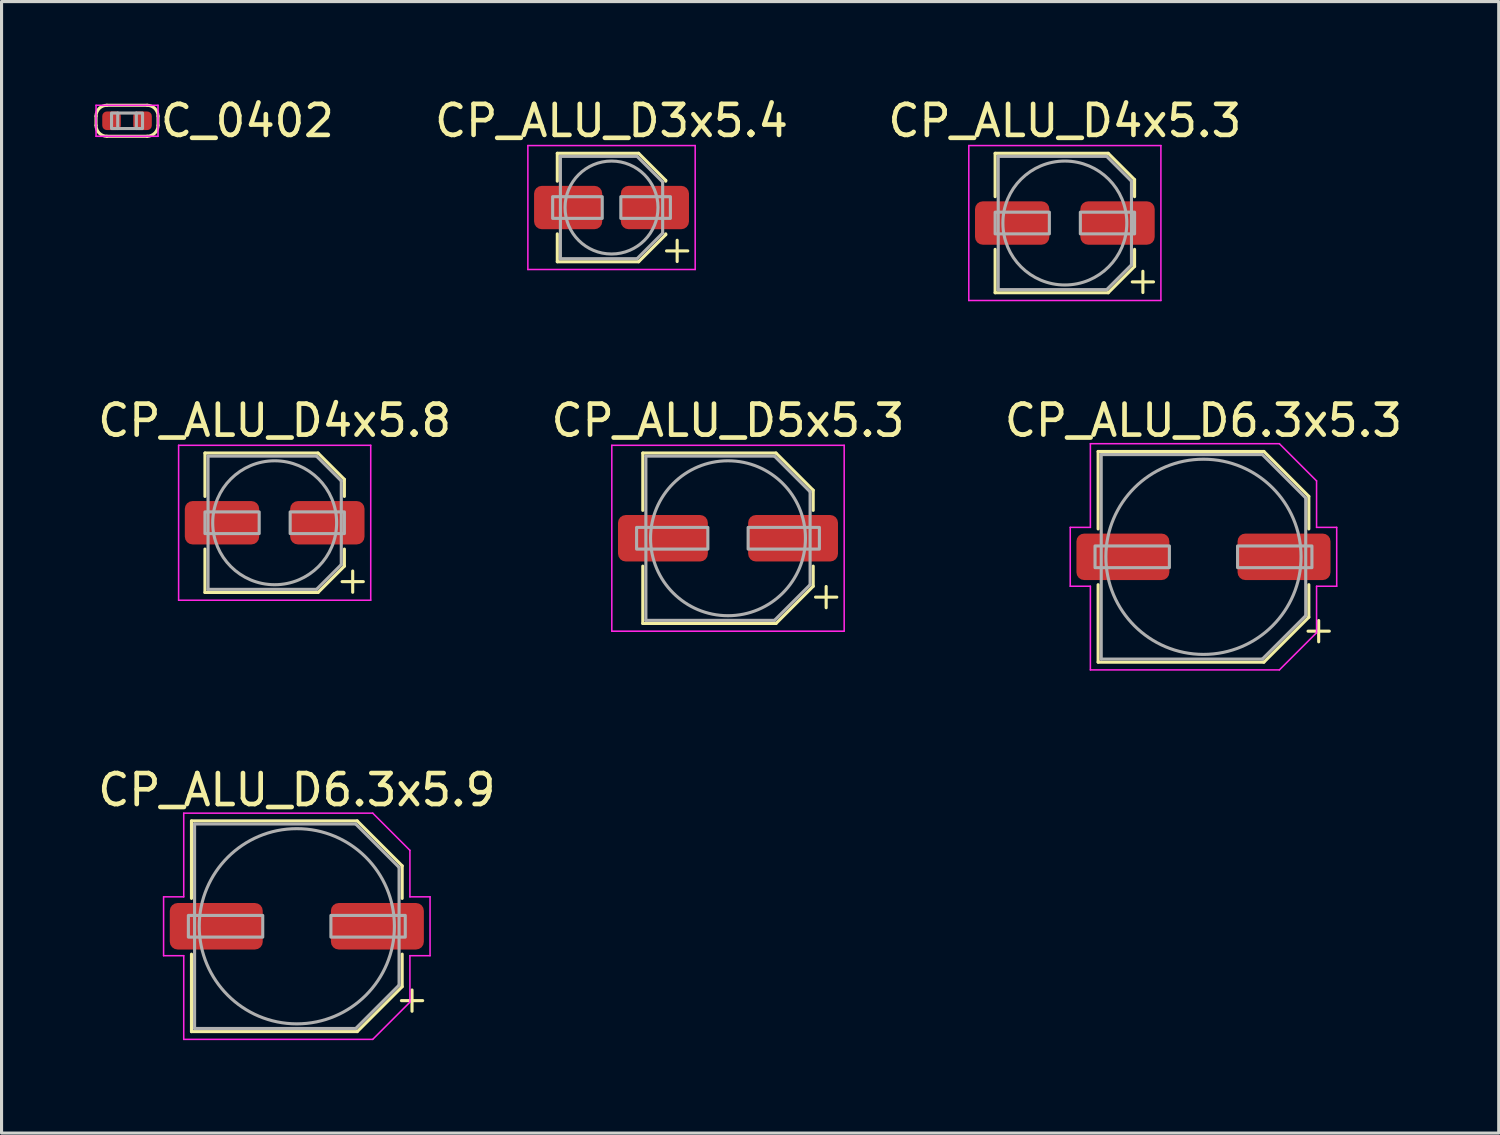
<source format=kicad_pcb>
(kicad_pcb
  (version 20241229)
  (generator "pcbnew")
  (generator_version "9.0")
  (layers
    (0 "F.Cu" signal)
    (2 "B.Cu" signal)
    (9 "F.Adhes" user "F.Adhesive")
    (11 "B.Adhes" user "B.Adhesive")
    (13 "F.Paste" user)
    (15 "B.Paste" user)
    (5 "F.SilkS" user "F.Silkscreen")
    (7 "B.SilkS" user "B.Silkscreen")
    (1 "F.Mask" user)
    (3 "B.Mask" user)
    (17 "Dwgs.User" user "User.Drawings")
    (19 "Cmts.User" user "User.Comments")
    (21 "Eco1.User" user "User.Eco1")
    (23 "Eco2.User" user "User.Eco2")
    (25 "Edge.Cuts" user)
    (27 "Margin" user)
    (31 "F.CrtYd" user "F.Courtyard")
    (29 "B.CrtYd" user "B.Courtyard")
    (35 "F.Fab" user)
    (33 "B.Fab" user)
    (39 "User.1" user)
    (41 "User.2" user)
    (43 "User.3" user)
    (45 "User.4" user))
  (footprint "CP_ALU_D5x5.3"
    (layer "F.Cu")
    (at 20.446 14.322)
    (property "Reference" "CP_ALU_D5x5.3" (at 0 -3.8 0) (layer "F.SilkS") (effects (font (size 1 1) (thickness 0.15))))
    (attr smd)
    (fp_line (start -2.75 -2.75) (end -2.75 -0.9) (stroke (width 0.1) (type solid)) (layer "F.SilkS"))
    (fp_line (start -2.75 2.75) (end -2.75 0.9) (stroke (width 0.1) (type solid)) (layer "F.SilkS"))
    (fp_line (start 1.55 -2.75) (end -2.75 -2.75) (stroke (width 0.1) (type solid)) (layer "F.SilkS"))
    (fp_line (start 1.55 2.75) (end -2.75 2.75) (stroke (width 0.1) (type solid)) (layer "F.SilkS"))
    (fp_line (start 2.75 -1.55) (end 1.55 -2.75) (stroke (width 0.1) (type solid)) (layer "F.SilkS"))
    (fp_line (start 2.75 -1.55) (end 2.75 -0.9) (stroke (width 0.1) (type solid)) (layer "F.SilkS"))
    (fp_line (start 2.75 1.55) (end 1.55 2.75) (stroke (width 0.1) (type solid)) (layer "F.SilkS"))
    (fp_line (start 2.75 1.55) (end 2.75 0.9) (stroke (width 0.1) (type solid)) (layer "F.SilkS"))
    (fp_line (start -3.75 3) (end -3.75 -3) (stroke (width 0.05) (type solid)) (layer "F.CrtYd"))
    (fp_line (start 3.75 -3) (end -3.75 -3) (stroke (width 0.05) (type solid)) (layer "F.CrtYd"))
    (fp_line (start 3.75 3) (end -3.75 3) (stroke (width 0.05) (type solid)) (layer "F.CrtYd"))
    (fp_line (start 3.75 3) (end 3.75 -3) (stroke (width 0.05) (type solid)) (layer "F.CrtYd"))
    (fp_line (start -2.65 2.65) (end -2.65 -2.65) (stroke (width 0.1) (type solid)) (layer "F.Fab"))
    (fp_line (start 1.5 -2.65) (end -2.65 -2.65) (stroke (width 0.1) (type solid)) (layer "F.Fab"))
    (fp_line (start 1.5 2.65) (end -2.65 2.65) (stroke (width 0.1) (type solid)) (layer "F.Fab"))
    (fp_line (start 2.65 -1.5) (end 1.5 -2.65) (stroke (width 0.1) (type solid)) (layer "F.Fab"))
    (fp_line (start 2.65 1.5) (end 1.5 2.65) (stroke (width 0.1) (type solid)) (layer "F.Fab"))
    (fp_line (start 2.65 1.5) (end 2.65 -1.5) (stroke (width 0.1) (type solid)) (layer "F.Fab"))
    (fp_circle (center 0 0) (end -2.5 0) (stroke (width 0.1) (type solid)) (fill no) (layer "F.Fab"))
    (fp_poly (pts (xy -2.95 -0.35) (xy -0.65 -0.35) (xy -0.65 0.35) (xy -2.95 0.35)) (stroke (width 0.1) (type solid)) (fill no) (layer "F.Fab"))
    (fp_poly (pts (xy 0.65 -0.35) (xy 2.95 -0.35) (xy 2.95 0.35) (xy 0.65 0.35)) (stroke (width 0.1) (type solid)) (fill no) (layer "F.Fab"))
    (fp_text user "+" (at 3.1 1.9 90) (layer "F.SilkS") (effects (font (size 0.9 0.9) (thickness 0.1))))
    (pad "1" smd roundrect (at 2.1 0 180) (size 2.9 1.5) (layers "F.Cu" "F.Mask" "F.Paste") (roundrect_rratio 0.167))
    (pad "2" smd roundrect (at -2.1 0 180) (size 2.9 1.5) (layers "F.Cu" "F.Mask" "F.Paste") (roundrect_rratio 0.167)))
  (footprint "CP_ALU_D6.3x5.3"
    (layer "F.Cu")
    (at 35.792 14.921)
    (property "Reference" "CP_ALU_D6.3x5.3" (at 0 -4.4 0) (layer "F.SilkS") (effects (font (size 1 1) (thickness 0.15))))
    (attr smd)
    (fp_line (start -3.4 -3.4) (end -3.4 -0.9) (stroke (width 0.1) (type solid)) (layer "F.SilkS"))
    (fp_line (start -3.4 3.4) (end -3.4 0.9) (stroke (width 0.1) (type solid)) (layer "F.SilkS"))
    (fp_line (start 1.95 -3.4) (end -3.4 -3.4) (stroke (width 0.1) (type solid)) (layer "F.SilkS"))
    (fp_line (start 1.95 3.4) (end -3.4 3.4) (stroke (width 0.1) (type solid)) (layer "F.SilkS"))
    (fp_line (start 3.4 -1.95) (end 1.95 -3.4) (stroke (width 0.1) (type solid)) (layer "F.SilkS"))
    (fp_line (start 3.4 -1.95) (end 3.4 -0.9) (stroke (width 0.1) (type solid)) (layer "F.SilkS"))
    (fp_line (start 3.4 1.95) (end 1.95 3.4) (stroke (width 0.1) (type solid)) (layer "F.SilkS"))
    (fp_line (start 3.4 1.95) (end 3.4 0.9) (stroke (width 0.1) (type solid)) (layer "F.SilkS"))
    (fp_line (start -4.3 0.95) (end -4.3 -0.95) (stroke (width 0.05) (type solid)) (layer "F.CrtYd"))
    (fp_line (start -4.3 0.95) (end -3.65 0.95) (stroke (width 0.05) (type solid)) (layer "F.CrtYd"))
    (fp_line (start -3.65 -3.65) (end -3.65 -0.95) (stroke (width 0.05) (type solid)) (layer "F.CrtYd"))
    (fp_line (start -3.65 -0.95) (end -4.3 -0.95) (stroke (width 0.05) (type solid)) (layer "F.CrtYd"))
    (fp_line (start -3.65 0.95) (end -3.65 3.65) (stroke (width 0.05) (type solid)) (layer "F.CrtYd"))
    (fp_line (start 2.45 -3.65) (end -3.65 -3.65) (stroke (width 0.05) (type solid)) (layer "F.CrtYd"))
    (fp_line (start 2.45 -3.65) (end 3.65 -2.45) (stroke (width 0.05) (type solid)) (layer "F.CrtYd"))
    (fp_line (start 2.45 3.65) (end -3.65 3.65) (stroke (width 0.05) (type solid)) (layer "F.CrtYd"))
    (fp_line (start 2.45 3.65) (end 3.65 2.45) (stroke (width 0.05) (type solid)) (layer "F.CrtYd"))
    (fp_line (start 3.65 -2.45) (end 3.65 -0.95) (stroke (width 0.05) (type solid)) (layer "F.CrtYd"))
    (fp_line (start 3.65 -0.95) (end 4.3 -0.95) (stroke (width 0.05) (type solid)) (layer "F.CrtYd"))
    (fp_line (start 3.65 0.95) (end 3.65 2.45) (stroke (width 0.05) (type solid)) (layer "F.CrtYd"))
    (fp_line (start 3.65 0.95) (end 4.3 0.95) (stroke (width 0.05) (type solid)) (layer "F.CrtYd"))
    (fp_line (start 4.3 0.95) (end 4.3 -0.95) (stroke (width 0.05) (type solid)) (layer "F.CrtYd"))
    (fp_line (start -3.3 3.3) (end -3.3 -3.3) (stroke (width 0.1) (type solid)) (layer "F.Fab"))
    (fp_line (start 1.9 -3.3) (end -3.3 -3.3) (stroke (width 0.1) (type solid)) (layer "F.Fab"))
    (fp_line (start 1.9 3.3) (end -3.3 3.3) (stroke (width 0.1) (type solid)) (layer "F.Fab"))
    (fp_line (start 3.3 -1.9) (end 1.9 -3.3) (stroke (width 0.1) (type solid)) (layer "F.Fab"))
    (fp_line (start 3.3 1.9) (end 1.9 3.3) (stroke (width 0.1) (type solid)) (layer "F.Fab"))
    (fp_line (start 3.3 1.9) (end 3.3 -1.9) (stroke (width 0.1) (type solid)) (layer "F.Fab"))
    (fp_circle (center 0 0) (end -3.15 0) (stroke (width 0.1) (type solid)) (fill no) (layer "F.Fab"))
    (fp_poly (pts (xy -3.5 -0.35) (xy -1.1 -0.35) (xy -1.1 0.35) (xy -3.5 0.35)) (stroke (width 0.1) (type solid)) (fill no) (layer "F.Fab"))
    (fp_poly (pts (xy 1.1 -0.35) (xy 3.5 -0.35) (xy 3.5 0.35) (xy 1.1 0.35)) (stroke (width 0.1) (type solid)) (fill no) (layer "F.Fab"))
    (fp_text user "+" (at 3.65 2.4 90) (layer "F.SilkS") (effects (font (size 0.9 0.9) (thickness 0.1))))
    (pad "1" smd roundrect (at 2.6 0 180) (size 3 1.5) (layers "F.Cu" "F.Mask" "F.Paste") (roundrect_rratio 0.167))
    (pad "2" smd roundrect (at -2.6 0 180) (size 3 1.5) (layers "F.Cu" "F.Mask" "F.Paste") (roundrect_rratio 0.167)))
  (footprint "CP_ALU_D4x5.8"
    (layer "F.Cu")
    (at 5.815 13.822)
    (property "Reference" "CP_ALU_D4x5.8" (at 0 -3.3 0) (layer "F.SilkS") (effects (font (size 1 1) (thickness 0.15))))
    (attr smd)
    (fp_line (start -2.25 -2.25) (end -2.25 -0.85) (stroke (width 0.1) (type solid)) (layer "F.SilkS"))
    (fp_line (start -2.25 2.25) (end -2.25 0.85) (stroke (width 0.1) (type solid)) (layer "F.SilkS"))
    (fp_line (start 1.4 -2.25) (end -2.25 -2.25) (stroke (width 0.1) (type solid)) (layer "F.SilkS"))
    (fp_line (start 1.4 2.25) (end -2.25 2.25) (stroke (width 0.1) (type solid)) (layer "F.SilkS"))
    (fp_line (start 2.25 -1.4) (end 1.4 -2.25) (stroke (width 0.1) (type solid)) (layer "F.SilkS"))
    (fp_line (start 2.25 -1.4) (end 2.25 -0.85) (stroke (width 0.1) (type solid)) (layer "F.SilkS"))
    (fp_line (start 2.25 1.4) (end 1.4 2.25) (stroke (width 0.1) (type solid)) (layer "F.SilkS"))
    (fp_line (start 2.25 1.4) (end 2.25 0.85) (stroke (width 0.1) (type solid)) (layer "F.SilkS"))
    (fp_line (start -3.1 2.5) (end -3.1 -2.5) (stroke (width 0.05) (type solid)) (layer "F.CrtYd"))
    (fp_line (start 3.1 -2.5) (end -3.1 -2.5) (stroke (width 0.05) (type solid)) (layer "F.CrtYd"))
    (fp_line (start 3.1 2.5) (end -3.1 2.5) (stroke (width 0.05) (type solid)) (layer "F.CrtYd"))
    (fp_line (start 3.1 2.5) (end 3.1 -2.5) (stroke (width 0.05) (type solid)) (layer "F.CrtYd"))
    (fp_line (start -2.15 2.15) (end -2.15 -2.15) (stroke (width 0.1) (type solid)) (layer "F.Fab"))
    (fp_line (start 1.35 -2.15) (end -2.15 -2.15) (stroke (width 0.1) (type solid)) (layer "F.Fab"))
    (fp_line (start 1.35 2.15) (end -2.15 2.15) (stroke (width 0.1) (type solid)) (layer "F.Fab"))
    (fp_line (start 2.15 -1.35) (end 1.35 -2.15) (stroke (width 0.1) (type solid)) (layer "F.Fab"))
    (fp_line (start 2.15 1.35) (end 1.35 2.15) (stroke (width 0.1) (type solid)) (layer "F.Fab"))
    (fp_line (start 2.15 1.35) (end 2.15 -1.35) (stroke (width 0.1) (type solid)) (layer "F.Fab"))
    (fp_circle (center 0 0) (end -2 0) (stroke (width 0.1) (type solid)) (fill no) (layer "F.Fab"))
    (fp_poly (pts (xy -2.25 -0.35) (xy -0.5 -0.35) (xy -0.5 0.35) (xy -2.25 0.35)) (stroke (width 0.1) (type solid)) (fill no) (layer "F.Fab"))
    (fp_poly (pts (xy 0.5 -0.35) (xy 2.25 -0.35) (xy 2.25 0.35) (xy 0.5 0.35)) (stroke (width 0.1) (type solid)) (fill no) (layer "F.Fab"))
    (fp_text user "+" (at 2.45 1.9 90) (layer "F.SilkS") (effects (font (size 0.9 0.9) (thickness 0.1))))
    (pad "1" smd roundrect (at 1.7 0 180) (size 2.4 1.4) (layers "F.Cu" "F.Mask" "F.Paste") (roundrect_rratio 0.179))
    (pad "2" smd roundrect (at -1.7 0 180) (size 2.4 1.4) (layers "F.Cu" "F.Mask" "F.Paste") (roundrect_rratio 0.179)))
  (footprint "CP_ALU_D4x5.3"
    (layer "F.Cu")
    (at 31.318 4.148)
    (property "Reference" "CP_ALU_D4x5.3" (at 0 -3.3 0) (layer "F.SilkS") (effects (font (size 1 1) (thickness 0.15))))
    (attr smd)
    (fp_line (start -2.25 -2.25) (end -2.25 -0.85) (stroke (width 0.1) (type solid)) (layer "F.SilkS"))
    (fp_line (start -2.25 2.25) (end -2.25 0.85) (stroke (width 0.1) (type solid)) (layer "F.SilkS"))
    (fp_line (start 1.4 -2.25) (end -2.25 -2.25) (stroke (width 0.1) (type solid)) (layer "F.SilkS"))
    (fp_line (start 1.4 2.25) (end -2.25 2.25) (stroke (width 0.1) (type solid)) (layer "F.SilkS"))
    (fp_line (start 2.25 -1.4) (end 1.4 -2.25) (stroke (width 0.1) (type solid)) (layer "F.SilkS"))
    (fp_line (start 2.25 -1.4) (end 2.25 -0.85) (stroke (width 0.1) (type solid)) (layer "F.SilkS"))
    (fp_line (start 2.25 1.4) (end 1.4 2.25) (stroke (width 0.1) (type solid)) (layer "F.SilkS"))
    (fp_line (start 2.25 1.4) (end 2.25 0.85) (stroke (width 0.1) (type solid)) (layer "F.SilkS"))
    (fp_line (start -3.1 2.5) (end -3.1 -2.5) (stroke (width 0.05) (type solid)) (layer "F.CrtYd"))
    (fp_line (start 3.1 -2.5) (end -3.1 -2.5) (stroke (width 0.05) (type solid)) (layer "F.CrtYd"))
    (fp_line (start 3.1 2.5) (end -3.1 2.5) (stroke (width 0.05) (type solid)) (layer "F.CrtYd"))
    (fp_line (start 3.1 2.5) (end 3.1 -2.5) (stroke (width 0.05) (type solid)) (layer "F.CrtYd"))
    (fp_line (start -2.15 2.15) (end -2.15 -2.15) (stroke (width 0.1) (type solid)) (layer "F.Fab"))
    (fp_line (start 1.35 -2.15) (end -2.15 -2.15) (stroke (width 0.1) (type solid)) (layer "F.Fab"))
    (fp_line (start 1.35 2.15) (end -2.15 2.15) (stroke (width 0.1) (type solid)) (layer "F.Fab"))
    (fp_line (start 2.15 -1.35) (end 1.35 -2.15) (stroke (width 0.1) (type solid)) (layer "F.Fab"))
    (fp_line (start 2.15 1.35) (end 1.35 2.15) (stroke (width 0.1) (type solid)) (layer "F.Fab"))
    (fp_line (start 2.15 1.35) (end 2.15 -1.35) (stroke (width 0.1) (type solid)) (layer "F.Fab"))
    (fp_circle (center 0 0) (end -2 0) (stroke (width 0.1) (type solid)) (fill no) (layer "F.Fab"))
    (fp_poly (pts (xy -2.25 -0.35) (xy -0.5 -0.35) (xy -0.5 0.35) (xy -2.25 0.35)) (stroke (width 0.1) (type solid)) (fill no) (layer "F.Fab"))
    (fp_poly (pts (xy 0.5 -0.35) (xy 2.25 -0.35) (xy 2.25 0.35) (xy 0.5 0.35)) (stroke (width 0.1) (type solid)) (fill no) (layer "F.Fab"))
    (fp_text user "+" (at 2.45 1.9 90) (layer "F.SilkS") (effects (font (size 0.9 0.9) (thickness 0.1))))
    (pad "1" smd roundrect (at 1.7 0 180) (size 2.4 1.4) (layers "F.Cu" "F.Mask" "F.Paste") (roundrect_rratio 0.179))
    (pad "2" smd roundrect (at -1.7 0 180) (size 2.4 1.4) (layers "F.Cu" "F.Mask" "F.Paste") (roundrect_rratio 0.179)))
  (footprint "CP_ALU_D6.3x5.9"
    (layer "F.Cu")
    (at 6.53 26.845)
    (property "Reference" "CP_ALU_D6.3x5.9" (at 0 -4.4 0) (layer "F.SilkS") (effects (font (size 1 1) (thickness 0.15))))
    (attr smd)
    (fp_line (start -3.4 -3.4) (end -3.4 -0.9) (stroke (width 0.1) (type solid)) (layer "F.SilkS"))
    (fp_line (start -3.4 3.4) (end -3.4 0.9) (stroke (width 0.1) (type solid)) (layer "F.SilkS"))
    (fp_line (start 1.95 -3.4) (end -3.4 -3.4) (stroke (width 0.1) (type solid)) (layer "F.SilkS"))
    (fp_line (start 1.95 3.4) (end -3.4 3.4) (stroke (width 0.1) (type solid)) (layer "F.SilkS"))
    (fp_line (start 3.4 -1.95) (end 1.95 -3.4) (stroke (width 0.1) (type solid)) (layer "F.SilkS"))
    (fp_line (start 3.4 -1.95) (end 3.4 -0.9) (stroke (width 0.1) (type solid)) (layer "F.SilkS"))
    (fp_line (start 3.4 1.95) (end 1.95 3.4) (stroke (width 0.1) (type solid)) (layer "F.SilkS"))
    (fp_line (start 3.4 1.95) (end 3.4 0.9) (stroke (width 0.1) (type solid)) (layer "F.SilkS"))
    (fp_line (start -4.3 0.95) (end -4.3 -0.95) (stroke (width 0.05) (type solid)) (layer "F.CrtYd"))
    (fp_line (start -4.3 0.95) (end -3.65 0.95) (stroke (width 0.05) (type solid)) (layer "F.CrtYd"))
    (fp_line (start -3.65 -3.65) (end -3.65 -0.95) (stroke (width 0.05) (type solid)) (layer "F.CrtYd"))
    (fp_line (start -3.65 -0.95) (end -4.3 -0.95) (stroke (width 0.05) (type solid)) (layer "F.CrtYd"))
    (fp_line (start -3.65 0.95) (end -3.65 3.65) (stroke (width 0.05) (type solid)) (layer "F.CrtYd"))
    (fp_line (start 2.45 -3.65) (end -3.65 -3.65) (stroke (width 0.05) (type solid)) (layer "F.CrtYd"))
    (fp_line (start 2.45 -3.65) (end 3.65 -2.45) (stroke (width 0.05) (type solid)) (layer "F.CrtYd"))
    (fp_line (start 2.45 3.65) (end -3.65 3.65) (stroke (width 0.05) (type solid)) (layer "F.CrtYd"))
    (fp_line (start 2.45 3.65) (end 3.65 2.45) (stroke (width 0.05) (type solid)) (layer "F.CrtYd"))
    (fp_line (start 3.65 -2.45) (end 3.65 -0.95) (stroke (width 0.05) (type solid)) (layer "F.CrtYd"))
    (fp_line (start 3.65 -0.95) (end 4.3 -0.95) (stroke (width 0.05) (type solid)) (layer "F.CrtYd"))
    (fp_line (start 3.65 0.95) (end 3.65 2.45) (stroke (width 0.05) (type solid)) (layer "F.CrtYd"))
    (fp_line (start 3.65 0.95) (end 4.3 0.95) (stroke (width 0.05) (type solid)) (layer "F.CrtYd"))
    (fp_line (start 4.3 0.95) (end 4.3 -0.95) (stroke (width 0.05) (type solid)) (layer "F.CrtYd"))
    (fp_line (start -3.3 3.3) (end -3.3 -3.3) (stroke (width 0.1) (type solid)) (layer "F.Fab"))
    (fp_line (start 1.9 -3.3) (end -3.3 -3.3) (stroke (width 0.1) (type solid)) (layer "F.Fab"))
    (fp_line (start 1.9 3.3) (end -3.3 3.3) (stroke (width 0.1) (type solid)) (layer "F.Fab"))
    (fp_line (start 3.3 -1.9) (end 1.9 -3.3) (stroke (width 0.1) (type solid)) (layer "F.Fab"))
    (fp_line (start 3.3 1.9) (end 1.9 3.3) (stroke (width 0.1) (type solid)) (layer "F.Fab"))
    (fp_line (start 3.3 1.9) (end 3.3 -1.9) (stroke (width 0.1) (type solid)) (layer "F.Fab"))
    (fp_circle (center 0 0) (end -3.15 0) (stroke (width 0.1) (type solid)) (fill no) (layer "F.Fab"))
    (fp_poly (pts (xy -3.5 -0.35) (xy -1.1 -0.35) (xy -1.1 0.35) (xy -3.5 0.35)) (stroke (width 0.1) (type solid)) (fill no) (layer "F.Fab"))
    (fp_poly (pts (xy 1.1 -0.35) (xy 3.5 -0.35) (xy 3.5 0.35) (xy 1.1 0.35)) (stroke (width 0.1) (type solid)) (fill no) (layer "F.Fab"))
    (fp_text user "+" (at 3.65 2.4 90) (layer "F.SilkS") (effects (font (size 0.9 0.9) (thickness 0.1))))
    (pad "1" smd roundrect (at 2.6 0 180) (size 3 1.5) (layers "F.Cu" "F.Mask" "F.Paste") (roundrect_rratio 0.167))
    (pad "2" smd roundrect (at -2.6 0 180) (size 3 1.5) (layers "F.Cu" "F.Mask" "F.Paste") (roundrect_rratio 0.167)))
  (footprint "CP_ALU_D3x5.4"
    (layer "F.Cu")
    (at 16.687 3.648)
    (property "Reference" "CP_ALU_D3x5.4" (at 0 -2.8 0) (layer "F.SilkS") (effects (font (size 1 1) (thickness 0.15))))
    (attr smd)
    (fp_line (start -1.75 -1.75) (end -1.75 -0.85) (stroke (width 0.1) (type solid)) (layer "F.SilkS"))
    (fp_line (start -1.75 1.75) (end -1.75 0.85) (stroke (width 0.1) (type solid)) (layer "F.SilkS"))
    (fp_line (start 0.875 -1.75) (end -1.75 -1.75) (stroke (width 0.1) (type solid)) (layer "F.SilkS"))
    (fp_line (start 0.875 1.75) (end -1.75 1.75) (stroke (width 0.1) (type solid)) (layer "F.SilkS"))
    (fp_line (start 1.75 -0.875) (end 0.875 -1.75) (stroke (width 0.1) (type solid)) (layer "F.SilkS"))
    (fp_line (start 1.75 -0.85) (end 1.75 -0.875) (stroke (width 0.1) (type solid)) (layer "F.SilkS"))
    (fp_line (start 1.75 0.875) (end 0.875 1.75) (stroke (width 0.1) (type solid)) (layer "F.SilkS"))
    (fp_line (start 1.75 0.875) (end 1.75 0.85) (stroke (width 0.1) (type solid)) (layer "F.SilkS"))
    (fp_line (start -2.7 2) (end -2.7 -2) (stroke (width 0.05) (type solid)) (layer "F.CrtYd"))
    (fp_line (start 2.7 -2) (end -2.7 -2) (stroke (width 0.05) (type solid)) (layer "F.CrtYd"))
    (fp_line (start 2.7 2) (end -2.7 2) (stroke (width 0.05) (type solid)) (layer "F.CrtYd"))
    (fp_line (start 2.7 2) (end 2.7 -2) (stroke (width 0.05) (type solid)) (layer "F.CrtYd"))
    (fp_line (start -1.65 1.65) (end -1.65 -1.65) (stroke (width 0.1) (type solid)) (layer "F.Fab"))
    (fp_line (start 0.825 -1.65) (end -1.65 -1.65) (stroke (width 0.1) (type solid)) (layer "F.Fab"))
    (fp_line (start 0.825 -1.65) (end 1.65 -0.825) (stroke (width 0.1) (type solid)) (layer "F.Fab"))
    (fp_line (start 0.825 1.65) (end -1.65 1.65) (stroke (width 0.1) (type solid)) (layer "F.Fab"))
    (fp_line (start 0.825 1.65) (end 1.65 0.825) (stroke (width 0.1) (type solid)) (layer "F.Fab"))
    (fp_line (start 1.65 0.825) (end 1.65 -0.825) (stroke (width 0.1) (type solid)) (layer "F.Fab"))
    (fp_circle (center 0 0) (end -1.5 0) (stroke (width 0.1) (type solid)) (fill no) (layer "F.Fab"))
    (fp_poly (pts (xy -1.9 -0.35) (xy -0.3 -0.35) (xy -0.3 0.35) (xy -1.9 0.35)) (stroke (width 0.1) (type solid)) (fill no) (layer "F.Fab"))
    (fp_poly (pts (xy 0.3 -0.35) (xy 1.9 -0.35) (xy 1.9 0.35) (xy 0.3 0.35)) (stroke (width 0.1) (type solid)) (fill no) (layer "F.Fab"))
    (fp_text user "+" (at 2.05 1.4 90) (layer "F.SilkS") (effects (font (size 0.9 0.9) (thickness 0.1))))
    (pad "1" smd roundrect (at 1.4 0 180) (size 2.2 1.4) (layers "F.Cu" "F.Mask" "F.Paste") (roundrect_rratio 0.179))
    (pad "2" smd roundrect (at -1.4 0 180) (size 2.2 1.4) (layers "F.Cu" "F.Mask" "F.Paste") (roundrect_rratio 0.179)))
  (footprint "C_0402"
    (layer "F.Cu")
    (at 1.05 0.848)
    (property "Reference" "C_0402" (at 1 0 0) (layer "F.SilkS") (effects (font (size 1 1) (thickness 0.15)) (justify left)))
    (attr smd)
    (fp_line (start -1 -0.15) (end -1 0.15) (stroke (width 0.1) (type solid)) (layer "F.SilkS"))
    (fp_line (start -0.65 -0.5) (end 0.65 -0.5) (stroke (width 0.1) (type solid)) (layer "F.SilkS"))
    (fp_line (start 0.65 0.5) (end -0.65 0.5) (stroke (width 0.1) (type solid)) (layer "F.SilkS"))
    (fp_line (start 1 0.15) (end 1 -0.15) (stroke (width 0.1) (type solid)) (layer "F.SilkS"))
    (fp_arc (start -1 -0.15) (mid -0.897487 -0.397487) (end -0.65 -0.5) (stroke (width 0.1) (type solid)) (layer "F.SilkS"))
    (fp_arc (start -0.65 0.5) (mid -0.897487 0.397487) (end -1 0.15) (stroke (width 0.1) (type solid)) (layer "F.SilkS"))
    (fp_arc (start 0.65 -0.5) (mid 0.897487 -0.397487) (end 1 -0.15) (stroke (width 0.1) (type solid)) (layer "F.SilkS"))
    (fp_arc (start 1 0.15) (mid 0.897487 0.397487) (end 0.65 0.5) (stroke (width 0.1) (type solid)) (layer "F.SilkS"))
    (fp_line (start -1 -0.5) (end 1 -0.5) (stroke (width 0.05) (type solid)) (layer "F.CrtYd"))
    (fp_line (start -1 0.5) (end -1 -0.5) (stroke (width 0.05) (type solid)) (layer "F.CrtYd"))
    (fp_line (start 1 -0.5) (end 1 0.5) (stroke (width 0.05) (type solid)) (layer "F.CrtYd"))
    (fp_line (start 1 0.5) (end -1 0.5) (stroke (width 0.05) (type solid)) (layer "F.CrtYd"))
    (fp_line (start 0.3 -0.25) (end -0.3 -0.25) (stroke (width 0.1) (type solid)) (layer "F.Fab"))
    (fp_line (start 0.3 0.25) (end -0.3 0.25) (stroke (width 0.1) (type solid)) (layer "F.Fab"))
    (fp_poly (pts (xy -0.3 0.25) (xy -0.5 0.25) (xy -0.5 -0.25) (xy -0.3 -0.25)) (stroke (width 0.1) (type solid)) (fill no) (layer "F.Fab"))
    (fp_poly (pts (xy 0.5 0.25) (xy 0.3 0.25) (xy 0.3 -0.25) (xy 0.5 -0.25)) (stroke (width 0.1) (type solid)) (fill no) (layer "F.Fab"))
    (pad "1" smd roundrect (at -0.5 0) (size 0.6 0.6) (layers "F.Cu" "F.Mask" "F.Paste") (roundrect_rratio 0.25))
    (pad "2" smd roundrect (at 0.5 0) (size 0.6 0.6) (layers "F.Cu" "F.Mask" "F.Paste") (roundrect_rratio 0.25)))
  (gr_rect
    (start -3 -3)
    (end 45.321 33.52)
    (stroke (width 0.1) (type default))
    (fill no)
    (layer "Edge.Cuts")))
</source>
